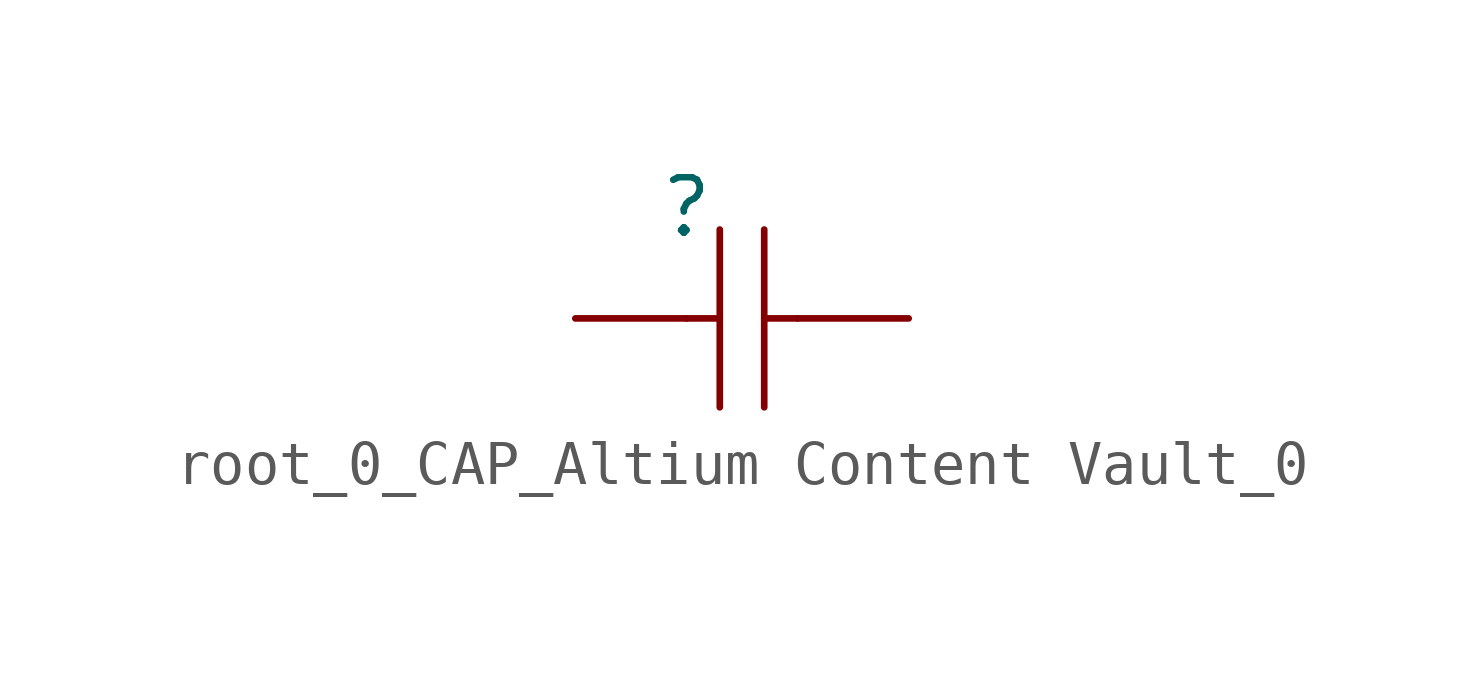
<source format=kicad_sym>
(kicad_symbol_lib
  (version 20241209)
  (generator "kicad_symbol_editor")
  (generator_version "9.0")
  (symbol "root_0_CAP_Altium Content Vault_0"
    (pin_numbers
      (hide yes))
    (pin_names
      (hide yes))
    (property "Reference" ""
      (at 0 0 0)
      (effects (font (size 1.27 1.27))))
    (property "Value" ""
      (at 0 0 0)
      (effects (font (size 1.27 1.27))))
    (symbol "root_0_CAP_Altium Content Vault_0_1_0"
      (polyline (pts (xy 0 -2.54) (xy 0.762 -2.54)) (stroke (width 0) (type solid)) (fill (type none)))
      (polyline (pts (xy 0.762 -4.572) (xy 0.762 -0.508)) (stroke (width 0) (type solid)) (fill (type none)))
      (polyline (pts (xy 1.778 -0.508) (xy 1.778 -4.572)) (stroke (width 0) (type solid)) (fill (type none)))
      (polyline (pts (xy 2.54 -2.54) (xy 1.778 -2.54)) (stroke (width 0) (type solid)) (fill (type none)))
      (pin passive line (at -2.54 -2.54 0) (length 2.54) (name "1" (effects (font (size 1.27 1.27)))) (number "1" (effects (font (size 1.27 1.27)))))
      (pin passive line (at 5.08 -2.54 180) (length 2.54) (name "2" (effects (font (size 1.27 1.27)))) (number "2" (effects (font (size 1.27 1.27))))))))
</source>
